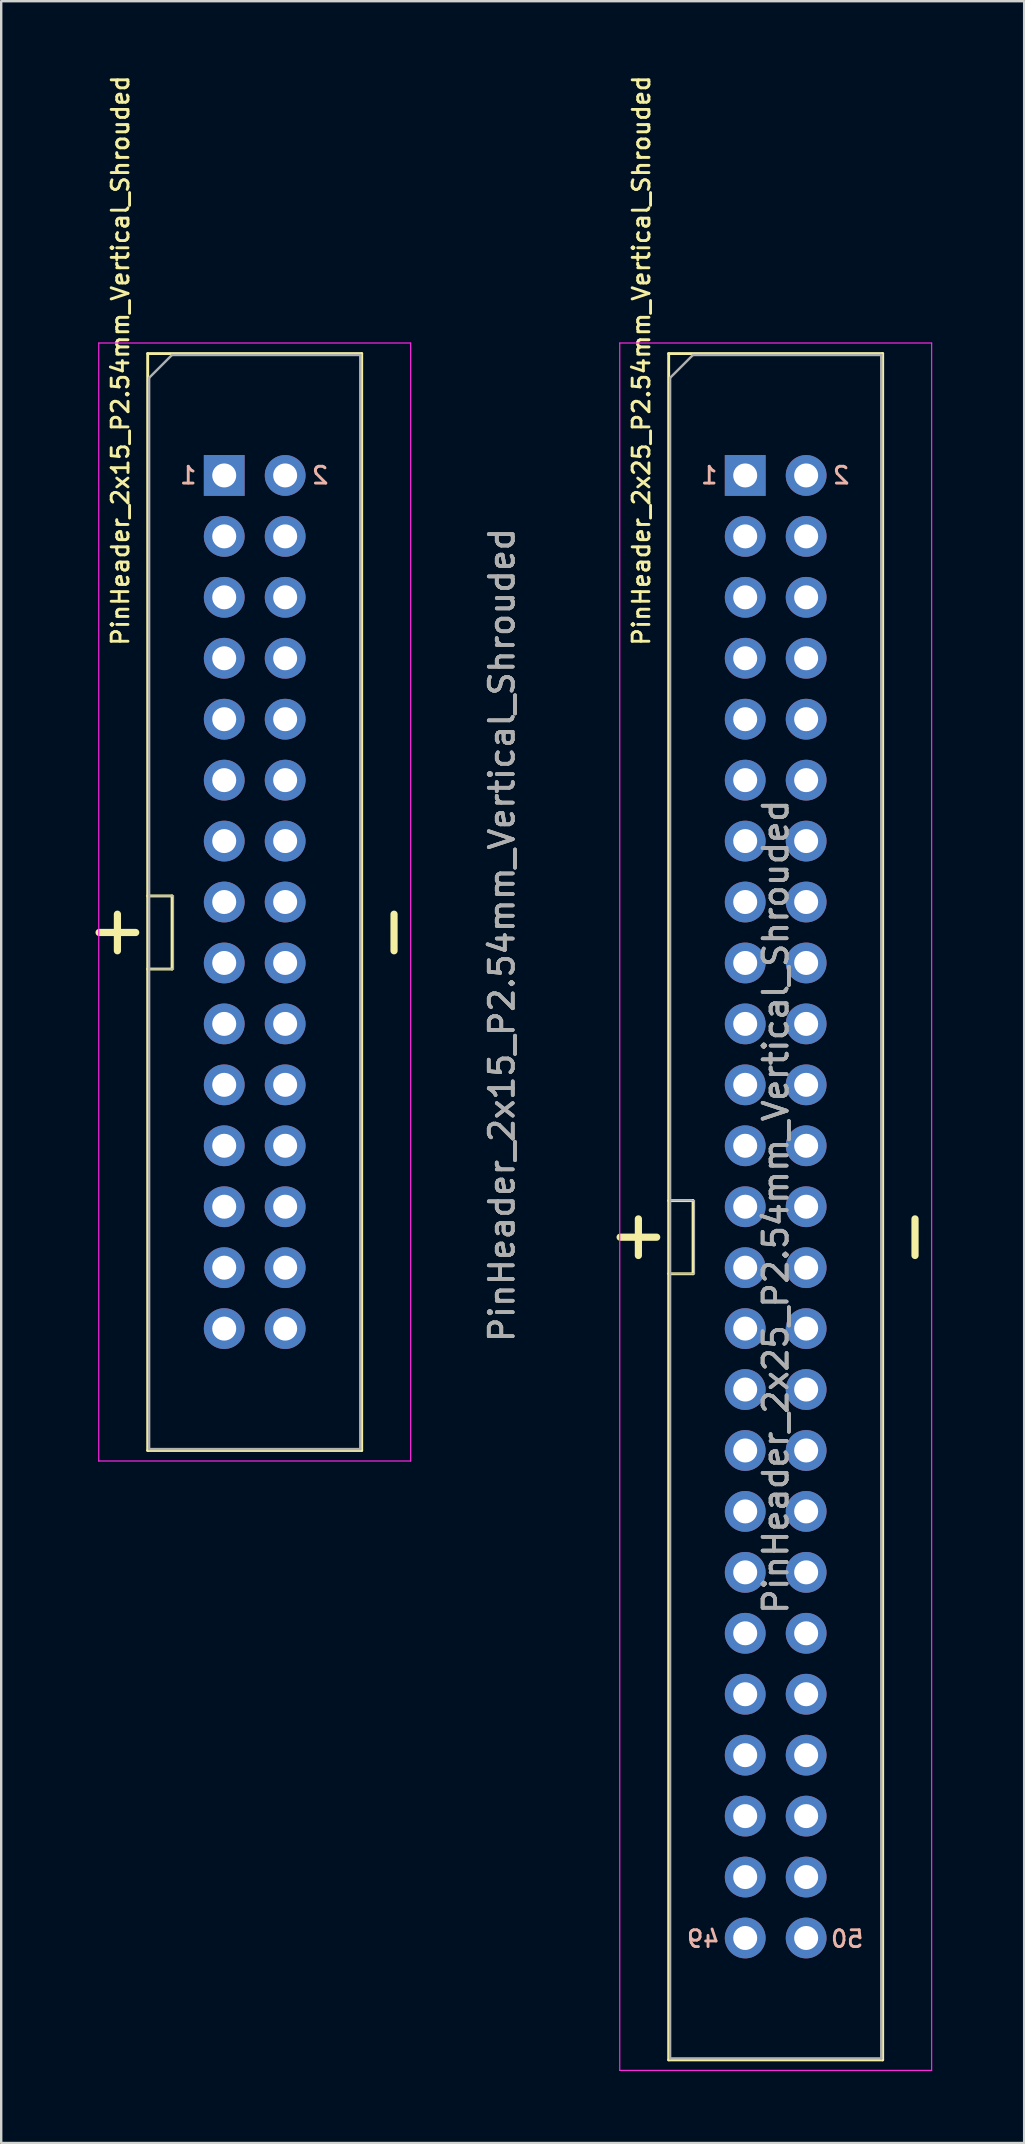
<source format=kicad_pcb>
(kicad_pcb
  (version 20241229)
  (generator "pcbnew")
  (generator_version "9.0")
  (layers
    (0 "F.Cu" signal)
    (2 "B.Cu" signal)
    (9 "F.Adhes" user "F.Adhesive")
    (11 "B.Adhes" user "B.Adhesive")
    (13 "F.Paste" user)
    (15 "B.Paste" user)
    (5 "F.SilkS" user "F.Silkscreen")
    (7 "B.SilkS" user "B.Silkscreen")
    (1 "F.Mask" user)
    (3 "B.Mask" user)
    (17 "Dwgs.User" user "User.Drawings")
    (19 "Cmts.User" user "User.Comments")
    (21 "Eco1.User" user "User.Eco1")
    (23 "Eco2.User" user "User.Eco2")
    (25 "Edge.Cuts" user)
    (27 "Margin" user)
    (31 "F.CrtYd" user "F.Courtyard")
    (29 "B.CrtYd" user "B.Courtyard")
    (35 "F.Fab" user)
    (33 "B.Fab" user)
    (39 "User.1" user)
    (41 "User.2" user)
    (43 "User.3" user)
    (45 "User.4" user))
  (footprint "PinHeader_2x15_P2.54mm_Vertical_Shrouded"
    (layer "F.Cu")
    (at 6.296 16.767)
    (property "Reference" "PinHeader_2x15_P2.54mm_Vertical_Shrouded" (at -4.33 -4.79 270) (layer "F.SilkS") (effects (font (size 0.7 0.7) (thickness 0.12))))
    (attr through_hole)
    (fp_line (start -3.19 -5.08) (end -3.19 40.64) (stroke (width 0.12) (type solid)) (layer "F.SilkS"))
    (fp_line (start -3.19 -5.08) (end 5.73 -5.08) (stroke (width 0.12) (type solid)) (layer "F.SilkS"))
    (fp_line (start -3.19 17.526) (end -2.174 17.526) (stroke (width 0.12) (type solid)) (layer "F.SilkS"))
    (fp_line (start -3.19 40.64) (end 5.73 40.64) (stroke (width 0.12) (type solid)) (layer "F.SilkS"))
    (fp_line (start -2.174 17.526) (end -2.174 20.574) (stroke (width 0.12) (type solid)) (layer "F.SilkS"))
    (fp_line (start -2.174 20.574) (end -3.19 20.574) (stroke (width 0.12) (type solid)) (layer "F.SilkS"))
    (fp_line (start 5.73 -5.08) (end 5.73 40.64) (stroke (width 0.12) (type solid)) (layer "F.SilkS"))
    (fp_line (start -5.23 -5.52) (end -5.23 41.08) (stroke (width 0.05) (type solid)) (layer "F.CrtYd"))
    (fp_line (start -5.23 41.08) (end 7.77 41.08) (stroke (width 0.05) (type solid)) (layer "F.CrtYd"))
    (fp_line (start 7.77 -5.52) (end -5.23 -5.52) (stroke (width 0.05) (type solid)) (layer "F.CrtYd"))
    (fp_line (start 7.77 41.08) (end 7.77 -5.52) (stroke (width 0.05) (type solid)) (layer "F.CrtYd"))
    (fp_line (start -3.13 -4.07) (end -2.18 -5.02) (stroke (width 0.1) (type solid)) (layer "F.Fab"))
    (fp_line (start -3.13 17.526) (end -2.114 17.526) (stroke (width 0.05) (type solid)) (layer "F.Fab"))
    (fp_line (start -3.13 40.58) (end -3.13 -4.07) (stroke (width 0.1) (type solid)) (layer "F.Fab"))
    (fp_line (start -2.18 -5.02) (end 5.67 -5.02) (stroke (width 0.1) (type solid)) (layer "F.Fab"))
    (fp_line (start -2.114 17.526) (end -2.114 20.574) (stroke (width 0.05) (type solid)) (layer "F.Fab"))
    (fp_line (start -2.114 20.574) (end -3.13 20.574) (stroke (width 0.05) (type solid)) (layer "F.Fab"))
    (fp_line (start 5.67 -5.02) (end 5.67 40.58) (stroke (width 0.1) (type solid)) (layer "F.Fab"))
    (fp_line (start 5.67 40.58) (end -3.13 40.58) (stroke (width 0.1) (type solid)) (layer "F.Fab"))
    (fp_text user "+" (at -4.6 19.05 90) (unlocked yes) (layer "F.SilkS") (effects (font (size 2 2) (thickness 0.3))))
    (fp_text user "-" (at 6.93 19.05 90) (unlocked yes) (layer "F.SilkS") (effects (font (size 2 2) (thickness 0.3))))
    (fp_text user "2" (at 4 0 0) (layer "B.SilkS") (effects (font (size 0.7 0.7) (thickness 0.12)) (justify mirror)))
    (fp_text user "1" (at -1.5 0 0) (layer "B.SilkS") (effects (font (size 0.7 0.7) (thickness 0.12)) (justify mirror)))
    (fp_text user "${REFERENCE}" (at 11.57 19.16 270) (layer "F.Fab") (effects (font (size 1 1) (thickness 0.15))))
    (fp_text user "${REFERENCE}" (at 11.57 19.16 270) (layer "F.Fab") (effects (font (size 1 1) (thickness 0.15))))
    (fp_text user "${REFERENCE}" (at 11.57 19.16 270) (layer "F.Fab") (effects (font (size 1 1) (thickness 0.15))))
    (pad "1" thru_hole rect (at 0 0) (size 1.7 1.7) (drill 1) (layers "*.Cu" "*.Mask"))
    (pad "2" thru_hole oval (at 2.54 0) (size 1.7 1.7) (drill 1) (layers "*.Cu" "*.Mask"))
    (pad "3" thru_hole oval (at 0 2.54) (size 1.7 1.7) (drill 1) (layers "*.Cu" "*.Mask"))
    (pad "4" thru_hole oval (at 2.54 2.54) (size 1.7 1.7) (drill 1) (layers "*.Cu" "*.Mask"))
    (pad "5" thru_hole oval (at 0 5.08) (size 1.7 1.7) (drill 1) (layers "*.Cu" "*.Mask"))
    (pad "6" thru_hole oval (at 2.54 5.08) (size 1.7 1.7) (drill 1) (layers "*.Cu" "*.Mask"))
    (pad "7" thru_hole oval (at 0 7.62) (size 1.7 1.7) (drill 1) (layers "*.Cu" "*.Mask"))
    (pad "8" thru_hole oval (at 2.54 7.62) (size 1.7 1.7) (drill 1) (layers "*.Cu" "*.Mask"))
    (pad "9" thru_hole oval (at 0 10.16) (size 1.7 1.7) (drill 1) (layers "*.Cu" "*.Mask"))
    (pad "10" thru_hole oval (at 2.54 10.16) (size 1.7 1.7) (drill 1) (layers "*.Cu" "*.Mask"))
    (pad "11" thru_hole oval (at 0 12.7) (size 1.7 1.7) (drill 1) (layers "*.Cu" "*.Mask"))
    (pad "12" thru_hole oval (at 2.54 12.7) (size 1.7 1.7) (drill 1) (layers "*.Cu" "*.Mask"))
    (pad "13" thru_hole oval (at 0 15.24) (size 1.7 1.7) (drill 1) (layers "*.Cu" "*.Mask"))
    (pad "14" thru_hole oval (at 2.54 15.24) (size 1.7 1.7) (drill 1) (layers "*.Cu" "*.Mask"))
    (pad "15" thru_hole oval (at 0 17.78) (size 1.7 1.7) (drill 1) (layers "*.Cu" "*.Mask"))
    (pad "16" thru_hole oval (at 2.54 17.78) (size 1.7 1.7) (drill 1) (layers "*.Cu" "*.Mask"))
    (pad "17" thru_hole oval (at 0 20.32) (size 1.7 1.7) (drill 1) (layers "*.Cu" "*.Mask"))
    (pad "18" thru_hole oval (at 2.54 20.32) (size 1.7 1.7) (drill 1) (layers "*.Cu" "*.Mask"))
    (pad "19" thru_hole oval (at 0 22.86) (size 1.7 1.7) (drill 1) (layers "*.Cu" "*.Mask"))
    (pad "20" thru_hole oval (at 2.54 22.86) (size 1.7 1.7) (drill 1) (layers "*.Cu" "*.Mask"))
    (pad "21" thru_hole oval (at 0 25.4) (size 1.7 1.7) (drill 1) (layers "*.Cu" "*.Mask"))
    (pad "22" thru_hole oval (at 2.54 25.4) (size 1.7 1.7) (drill 1) (layers "*.Cu" "*.Mask"))
    (pad "23" thru_hole oval (at 0 27.94) (size 1.7 1.7) (drill 1) (layers "*.Cu" "*.Mask"))
    (pad "24" thru_hole oval (at 2.54 27.94) (size 1.7 1.7) (drill 1) (layers "*.Cu" "*.Mask"))
    (pad "25" thru_hole oval (at 0 30.48) (size 1.7 1.7) (drill 1) (layers "*.Cu" "*.Mask"))
    (pad "26" thru_hole oval (at 2.54 30.48) (size 1.7 1.7) (drill 1) (layers "*.Cu" "*.Mask"))
    (pad "27" thru_hole oval (at 0 33.02) (size 1.7 1.7) (drill 1) (layers "*.Cu" "*.Mask"))
    (pad "28" thru_hole oval (at 2.54 33.02) (size 1.7 1.7) (drill 1) (layers "*.Cu" "*.Mask"))
    (pad "29" thru_hole oval (at 0 35.56) (size 1.7 1.7) (drill 1) (layers "*.Cu" "*.Mask"))
    (pad "30" thru_hole oval (at 2.54 35.56) (size 1.7 1.7) (drill 1) (layers "*.Cu" "*.Mask")))
  (footprint "PinHeader_2x25_P2.54mm_Vertical_Shrouded"
    (layer "F.Cu")
    (at 28.011 16.767)
    (property "Reference" "PinHeader_2x25_P2.54mm_Vertical_Shrouded" (at -4.33 -4.79 270) (layer "F.SilkS") (effects (font (size 0.7 0.7) (thickness 0.12))))
    (attr through_hole)
    (fp_line (start -3.19 -5.08) (end -3.19 66.04) (stroke (width 0.12) (type solid)) (layer "F.SilkS"))
    (fp_line (start -3.19 -5.08) (end 5.73 -5.08) (stroke (width 0.12) (type solid)) (layer "F.SilkS"))
    (fp_line (start -3.19 30.226) (end -2.174 30.226) (stroke (width 0.12) (type solid)) (layer "F.SilkS"))
    (fp_line (start -3.19 66.04) (end 5.73 66.04) (stroke (width 0.12) (type solid)) (layer "F.SilkS"))
    (fp_line (start -2.174 30.226) (end -2.174 33.274) (stroke (width 0.12) (type solid)) (layer "F.SilkS"))
    (fp_line (start -2.174 33.274) (end -3.19 33.274) (stroke (width 0.12) (type solid)) (layer "F.SilkS"))
    (fp_line (start 5.73 -5.08) (end 5.73 66.04) (stroke (width 0.12) (type solid)) (layer "F.SilkS"))
    (fp_line (start -5.23 -5.52) (end -5.23 66.48) (stroke (width 0.05) (type solid)) (layer "F.CrtYd"))
    (fp_line (start -5.23 66.48) (end 7.77 66.48) (stroke (width 0.05) (type solid)) (layer "F.CrtYd"))
    (fp_line (start 7.77 -5.52) (end -5.23 -5.52) (stroke (width 0.05) (type solid)) (layer "F.CrtYd"))
    (fp_line (start 7.77 66.48) (end 7.77 -5.52) (stroke (width 0.05) (type solid)) (layer "F.CrtYd"))
    (fp_line (start -3.13 -4.07) (end -2.18 -5.02) (stroke (width 0.1) (type solid)) (layer "F.Fab"))
    (fp_line (start -3.13 30.226) (end -2.114 30.226) (stroke (width 0.05) (type solid)) (layer "F.Fab"))
    (fp_line (start -3.13 65.98) (end -3.13 -4.07) (stroke (width 0.1) (type solid)) (layer "F.Fab"))
    (fp_line (start -2.18 -5.02) (end 5.67 -5.02) (stroke (width 0.1) (type solid)) (layer "F.Fab"))
    (fp_line (start -2.114 30.226) (end -2.114 33.274) (stroke (width 0.05) (type solid)) (layer "F.Fab"))
    (fp_line (start -2.114 33.274) (end -3.13 33.274) (stroke (width 0.05) (type solid)) (layer "F.Fab"))
    (fp_line (start 5.67 -5.02) (end 5.67 65.98) (stroke (width 0.1) (type solid)) (layer "F.Fab"))
    (fp_line (start 5.67 65.98) (end -3.13 65.98) (stroke (width 0.1) (type solid)) (layer "F.Fab"))
    (fp_text user "+" (at -4.6 31.75 90) (unlocked yes) (layer "F.SilkS") (effects (font (size 2 2) (thickness 0.3))))
    (fp_text user "-" (at 6.93 31.75 90) (unlocked yes) (layer "F.SilkS") (effects (font (size 2 2) (thickness 0.3))))
    (fp_text user "50" (at 4.25 61 0) (layer "B.SilkS") (effects (font (size 0.7 0.7) (thickness 0.12)) (justify mirror)))
    (fp_text user "1" (at -1.5 0 0) (layer "B.SilkS") (effects (font (size 0.7 0.7) (thickness 0.12)) (justify mirror)))
    (fp_text user "2" (at 4 0 0) (layer "B.SilkS") (effects (font (size 0.7 0.7) (thickness 0.12)) (justify mirror)))
    (fp_text user "49" (at -1.75 61 0) (layer "B.SilkS") (effects (font (size 0.7 0.7) (thickness 0.12)) (justify mirror)))
    (fp_text user "${REFERENCE}" (at 1.27 30.48 270) (layer "F.Fab") (effects (font (size 1 1) (thickness 0.15))))
    (fp_text user "${REFERENCE}" (at 1.27 30.48 270) (layer "F.Fab") (effects (font (size 1 1) (thickness 0.15))))
    (fp_text user "${REFERENCE}" (at 1.27 30.48 270) (layer "F.Fab") (effects (font (size 1 1) (thickness 0.15))))
    (pad "1" thru_hole rect (at 0 0) (size 1.7 1.7) (drill 1) (layers "*.Cu" "*.Mask"))
    (pad "2" thru_hole oval (at 2.54 0) (size 1.7 1.7) (drill 1) (layers "*.Cu" "*.Mask"))
    (pad "3" thru_hole oval (at 0 2.54) (size 1.7 1.7) (drill 1) (layers "*.Cu" "*.Mask"))
    (pad "4" thru_hole oval (at 2.54 2.54) (size 1.7 1.7) (drill 1) (layers "*.Cu" "*.Mask"))
    (pad "5" thru_hole oval (at 0 5.08) (size 1.7 1.7) (drill 1) (layers "*.Cu" "*.Mask"))
    (pad "6" thru_hole oval (at 2.54 5.08) (size 1.7 1.7) (drill 1) (layers "*.Cu" "*.Mask"))
    (pad "7" thru_hole oval (at 0 7.62) (size 1.7 1.7) (drill 1) (layers "*.Cu" "*.Mask"))
    (pad "8" thru_hole oval (at 2.54 7.62) (size 1.7 1.7) (drill 1) (layers "*.Cu" "*.Mask"))
    (pad "9" thru_hole oval (at 0 10.16) (size 1.7 1.7) (drill 1) (layers "*.Cu" "*.Mask"))
    (pad "10" thru_hole oval (at 2.54 10.16) (size 1.7 1.7) (drill 1) (layers "*.Cu" "*.Mask"))
    (pad "11" thru_hole oval (at 0 12.7) (size 1.7 1.7) (drill 1) (layers "*.Cu" "*.Mask"))
    (pad "12" thru_hole oval (at 2.54 12.7) (size 1.7 1.7) (drill 1) (layers "*.Cu" "*.Mask"))
    (pad "13" thru_hole oval (at 0 15.24) (size 1.7 1.7) (drill 1) (layers "*.Cu" "*.Mask"))
    (pad "14" thru_hole oval (at 2.54 15.24) (size 1.7 1.7) (drill 1) (layers "*.Cu" "*.Mask"))
    (pad "15" thru_hole oval (at 0 17.78) (size 1.7 1.7) (drill 1) (layers "*.Cu" "*.Mask"))
    (pad "16" thru_hole oval (at 2.54 17.78) (size 1.7 1.7) (drill 1) (layers "*.Cu" "*.Mask"))
    (pad "17" thru_hole oval (at 0 20.32) (size 1.7 1.7) (drill 1) (layers "*.Cu" "*.Mask"))
    (pad "18" thru_hole oval (at 2.54 20.32) (size 1.7 1.7) (drill 1) (layers "*.Cu" "*.Mask"))
    (pad "19" thru_hole oval (at 0 22.86) (size 1.7 1.7) (drill 1) (layers "*.Cu" "*.Mask"))
    (pad "20" thru_hole oval (at 2.54 22.86) (size 1.7 1.7) (drill 1) (layers "*.Cu" "*.Mask"))
    (pad "21" thru_hole oval (at 0 25.4) (size 1.7 1.7) (drill 1) (layers "*.Cu" "*.Mask"))
    (pad "22" thru_hole oval (at 2.54 25.4) (size 1.7 1.7) (drill 1) (layers "*.Cu" "*.Mask"))
    (pad "23" thru_hole oval (at 0 27.94) (size 1.7 1.7) (drill 1) (layers "*.Cu" "*.Mask"))
    (pad "24" thru_hole oval (at 2.54 27.94) (size 1.7 1.7) (drill 1) (layers "*.Cu" "*.Mask"))
    (pad "25" thru_hole oval (at 0 30.48) (size 1.7 1.7) (drill 1) (layers "*.Cu" "*.Mask"))
    (pad "26" thru_hole oval (at 2.54 30.48) (size 1.7 1.7) (drill 1) (layers "*.Cu" "*.Mask"))
    (pad "27" thru_hole oval (at 0 33.02) (size 1.7 1.7) (drill 1) (layers "*.Cu" "*.Mask"))
    (pad "28" thru_hole oval (at 2.54 33.02) (size 1.7 1.7) (drill 1) (layers "*.Cu" "*.Mask"))
    (pad "29" thru_hole oval (at 0 35.56) (size 1.7 1.7) (drill 1) (layers "*.Cu" "*.Mask"))
    (pad "30" thru_hole oval (at 2.54 35.56) (size 1.7 1.7) (drill 1) (layers "*.Cu" "*.Mask"))
    (pad "31" thru_hole oval (at 0 38.1) (size 1.7 1.7) (drill 1) (layers "*.Cu" "*.Mask"))
    (pad "32" thru_hole oval (at 2.54 38.1) (size 1.7 1.7) (drill 1) (layers "*.Cu" "*.Mask"))
    (pad "33" thru_hole oval (at 0 40.64) (size 1.7 1.7) (drill 1) (layers "*.Cu" "*.Mask"))
    (pad "34" thru_hole oval (at 2.54 40.64) (size 1.7 1.7) (drill 1) (layers "*.Cu" "*.Mask"))
    (pad "35" thru_hole oval (at 0 43.18) (size 1.7 1.7) (drill 1) (layers "*.Cu" "*.Mask"))
    (pad "36" thru_hole oval (at 2.54 43.18) (size 1.7 1.7) (drill 1) (layers "*.Cu" "*.Mask"))
    (pad "37" thru_hole oval (at 0 45.72) (size 1.7 1.7) (drill 1) (layers "*.Cu" "*.Mask"))
    (pad "38" thru_hole oval (at 2.54 45.72) (size 1.7 1.7) (drill 1) (layers "*.Cu" "*.Mask"))
    (pad "39" thru_hole oval (at 0 48.26) (size 1.7 1.7) (drill 1) (layers "*.Cu" "*.Mask"))
    (pad "40" thru_hole oval (at 2.54 48.26) (size 1.7 1.7) (drill 1) (layers "*.Cu" "*.Mask"))
    (pad "41" thru_hole oval (at 0 50.8) (size 1.7 1.7) (drill 1) (layers "*.Cu" "*.Mask"))
    (pad "42" thru_hole oval (at 2.54 50.8) (size 1.7 1.7) (drill 1) (layers "*.Cu" "*.Mask"))
    (pad "43" thru_hole oval (at 0 53.34) (size 1.7 1.7) (drill 1) (layers "*.Cu" "*.Mask"))
    (pad "44" thru_hole oval (at 2.54 53.34) (size 1.7 1.7) (drill 1) (layers "*.Cu" "*.Mask"))
    (pad "45" thru_hole oval (at 0 55.88) (size 1.7 1.7) (drill 1) (layers "*.Cu" "*.Mask"))
    (pad "46" thru_hole oval (at 2.54 55.88) (size 1.7 1.7) (drill 1) (layers "*.Cu" "*.Mask"))
    (pad "47" thru_hole oval (at 0 58.42) (size 1.7 1.7) (drill 1) (layers "*.Cu" "*.Mask"))
    (pad "48" thru_hole oval (at 2.54 58.42) (size 1.7 1.7) (drill 1) (layers "*.Cu" "*.Mask"))
    (pad "49" thru_hole oval (at 0 60.96) (size 1.7 1.7) (drill 1) (layers "*.Cu" "*.Mask"))
    (pad "50" thru_hole oval (at 2.54 60.96) (size 1.7 1.7) (drill 1) (layers "*.Cu" "*.Mask")))
  (gr_rect
    (start -3 -3)
    (end 39.638 86.272)
    (stroke (width 0.1) (type default))
    (fill no)
    (layer "Edge.Cuts")))
</source>
